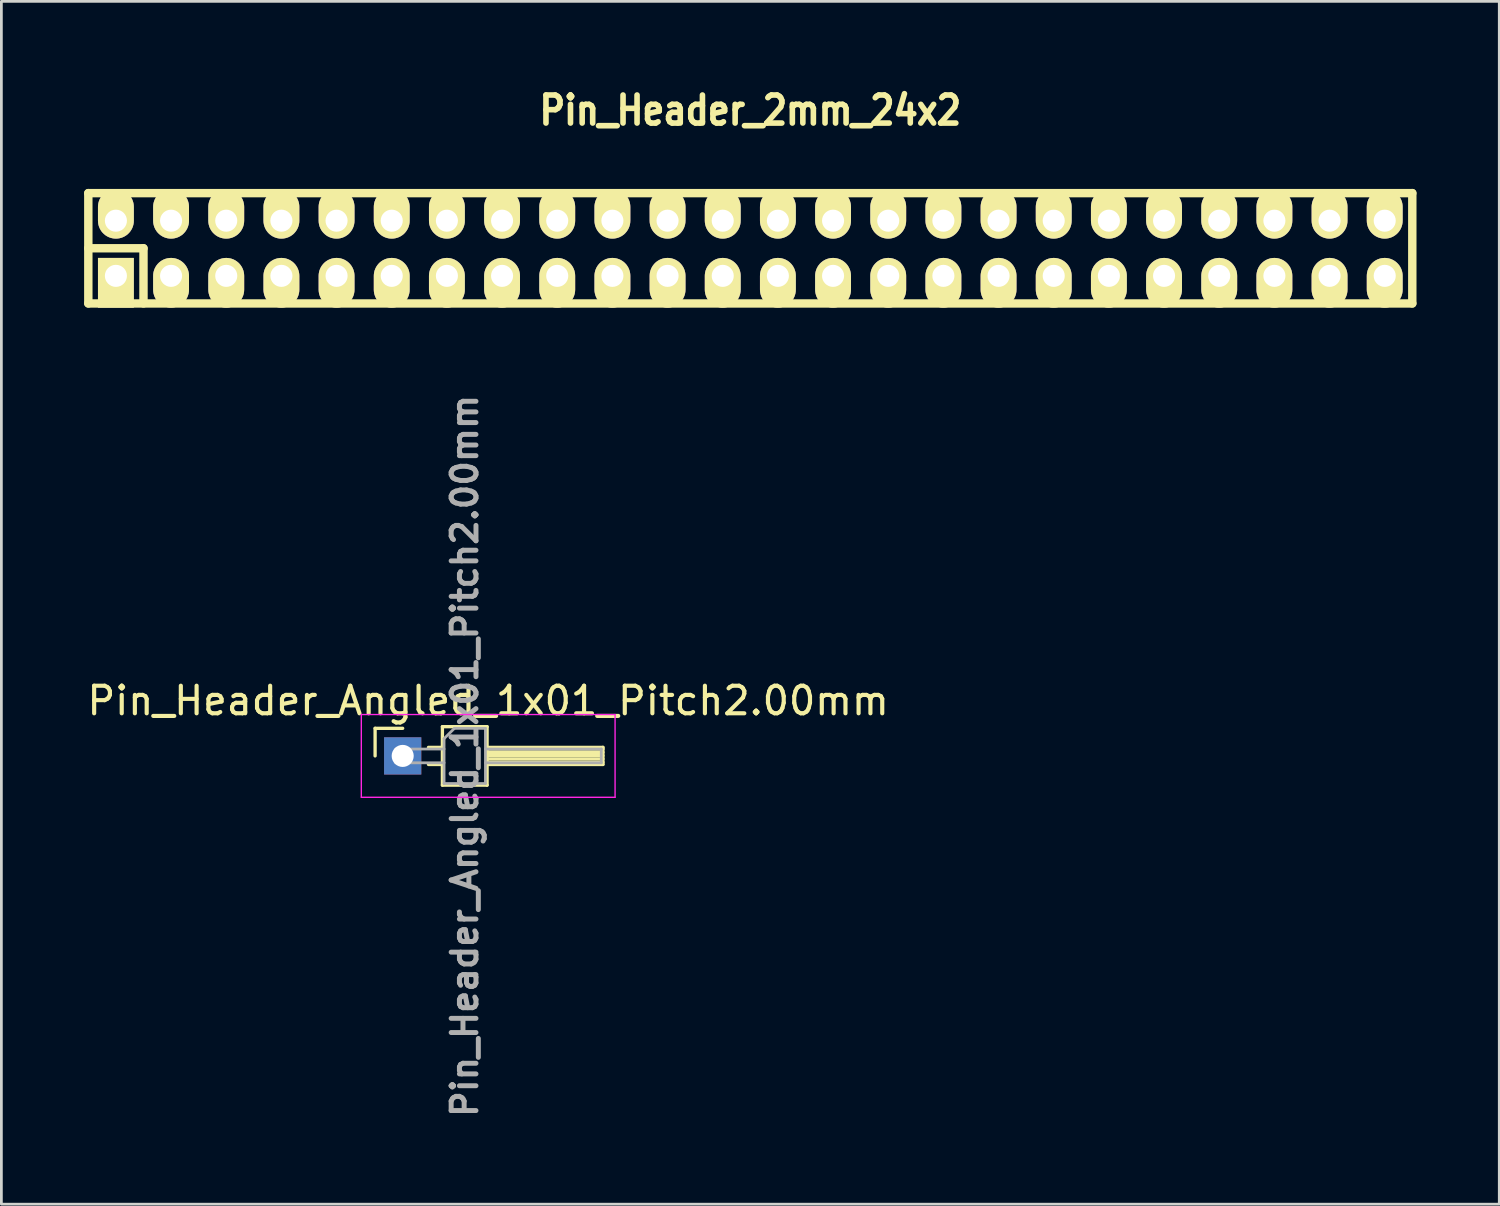
<source format=kicad_pcb>
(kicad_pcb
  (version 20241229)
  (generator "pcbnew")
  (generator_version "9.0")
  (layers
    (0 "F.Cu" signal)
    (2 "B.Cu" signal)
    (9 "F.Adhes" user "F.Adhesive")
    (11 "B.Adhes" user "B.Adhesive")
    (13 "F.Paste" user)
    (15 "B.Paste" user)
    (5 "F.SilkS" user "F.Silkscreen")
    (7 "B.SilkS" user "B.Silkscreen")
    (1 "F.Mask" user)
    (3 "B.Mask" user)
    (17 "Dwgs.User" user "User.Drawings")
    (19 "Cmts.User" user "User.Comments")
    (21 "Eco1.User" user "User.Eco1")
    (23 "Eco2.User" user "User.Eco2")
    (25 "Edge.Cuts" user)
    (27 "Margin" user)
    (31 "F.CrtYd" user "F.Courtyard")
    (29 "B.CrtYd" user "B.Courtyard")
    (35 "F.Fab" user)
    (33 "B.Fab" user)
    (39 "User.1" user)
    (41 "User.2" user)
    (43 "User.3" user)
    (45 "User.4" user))
  (footprint "Pin_Header_2mm_24x2"
    (layer "F.Cu")
    (at 24.152 5.951)
    (property "Reference" "Pin_Header_2mm_24x2" (at 0 -5 0) (layer "F.SilkS") (effects (font (size 1.016 0.889) (thickness 0.203))))
    (attr through_hole)
    (fp_line (start -24 -2) (end 24 -2) (stroke (width 0.305) (type solid)) (layer "F.SilkS"))
    (fp_line (start -24 0) (end -22 0) (stroke (width 0.305) (type solid)) (layer "F.SilkS"))
    (fp_line (start -24 2) (end -24 -2) (stroke (width 0.305) (type solid)) (layer "F.SilkS"))
    (fp_line (start -22 0) (end -22 2) (stroke (width 0.305) (type solid)) (layer "F.SilkS"))
    (fp_line (start 24 -2) (end 24 2) (stroke (width 0.305) (type solid)) (layer "F.SilkS"))
    (fp_line (start 24 2) (end -24 2) (stroke (width 0.305) (type solid)) (layer "F.SilkS"))
    (pad "1" thru_hole rect (at -23 1) (size 1.3 1.8) (drill 0.8 (offset 0 0.25)) (layers "*.Cu" "*.Mask" "F.SilkS"))
    (pad "2" thru_hole oval (at -23 -1) (size 1.3 1.8) (drill 0.8 (offset 0 -0.25)) (layers "*.Cu" "*.Mask" "F.SilkS"))
    (pad "3" thru_hole oval (at -21 1) (size 1.3 1.8) (drill 0.8 (offset 0 0.25)) (layers "*.Cu" "*.Mask" "F.SilkS"))
    (pad "4" thru_hole oval (at -21 -1) (size 1.3 1.8) (drill 0.8 (offset 0 -0.25)) (layers "*.Cu" "*.Mask" "F.SilkS"))
    (pad "5" thru_hole oval (at -19 1) (size 1.3 1.8) (drill 0.8 (offset 0 0.25)) (layers "*.Cu" "*.Mask" "F.SilkS"))
    (pad "6" thru_hole oval (at -19 -1) (size 1.3 1.8) (drill 0.8 (offset 0 -0.25)) (layers "*.Cu" "*.Mask" "F.SilkS"))
    (pad "7" thru_hole oval (at -17 1) (size 1.3 1.8) (drill 0.8 (offset 0 0.25)) (layers "*.Cu" "*.Mask" "F.SilkS"))
    (pad "8" thru_hole oval (at -17 -1) (size 1.3 1.8) (drill 0.8 (offset 0 -0.25)) (layers "*.Cu" "*.Mask" "F.SilkS"))
    (pad "9" thru_hole oval (at -15 1) (size 1.3 1.8) (drill 0.8 (offset 0 0.25)) (layers "*.Cu" "*.Mask" "F.SilkS"))
    (pad "10" thru_hole oval (at -15 -1) (size 1.3 1.8) (drill 0.8 (offset 0 -0.25)) (layers "*.Cu" "*.Mask" "F.SilkS"))
    (pad "11" thru_hole oval (at -13 1) (size 1.3 1.8) (drill 0.8 (offset 0 0.25)) (layers "*.Cu" "*.Mask" "F.SilkS"))
    (pad "12" thru_hole oval (at -13 -1) (size 1.3 1.8) (drill 0.8 (offset 0 -0.25)) (layers "*.Cu" "*.Mask" "F.SilkS"))
    (pad "13" thru_hole oval (at -11 1) (size 1.3 1.8) (drill 0.8 (offset 0 0.25)) (layers "*.Cu" "*.Mask" "F.SilkS"))
    (pad "14" thru_hole oval (at -11 -1) (size 1.3 1.8) (drill 0.8 (offset 0 -0.25)) (layers "*.Cu" "*.Mask" "F.SilkS"))
    (pad "15" thru_hole oval (at -9 1) (size 1.3 1.8) (drill 0.8 (offset 0 0.25)) (layers "*.Cu" "*.Mask" "F.SilkS"))
    (pad "16" thru_hole oval (at -9 -1) (size 1.3 1.8) (drill 0.8 (offset 0 -0.25)) (layers "*.Cu" "*.Mask" "F.SilkS"))
    (pad "17" thru_hole oval (at -7 1) (size 1.3 1.8) (drill 0.8 (offset 0 0.25)) (layers "*.Cu" "*.Mask" "F.SilkS"))
    (pad "18" thru_hole oval (at -7 -1) (size 1.3 1.8) (drill 0.8 (offset 0 -0.25)) (layers "*.Cu" "*.Mask" "F.SilkS"))
    (pad "19" thru_hole oval (at -5 1) (size 1.3 1.8) (drill 0.8 (offset 0 0.25)) (layers "*.Cu" "*.Mask" "F.SilkS"))
    (pad "20" thru_hole oval (at -5 -1) (size 1.3 1.8) (drill 0.8 (offset 0 -0.25)) (layers "*.Cu" "*.Mask" "F.SilkS"))
    (pad "21" thru_hole oval (at -3 1) (size 1.3 1.8) (drill 0.8 (offset 0 0.25)) (layers "*.Cu" "*.Mask" "F.SilkS"))
    (pad "22" thru_hole oval (at -3 -1) (size 1.3 1.8) (drill 0.8 (offset 0 -0.25)) (layers "*.Cu" "*.Mask" "F.SilkS"))
    (pad "23" thru_hole oval (at -1 1) (size 1.3 1.8) (drill 0.8 (offset 0 0.25)) (layers "*.Cu" "*.Mask" "F.SilkS"))
    (pad "24" thru_hole oval (at -1 -1) (size 1.3 1.8) (drill 0.8 (offset 0 -0.25)) (layers "*.Cu" "*.Mask" "F.SilkS"))
    (pad "25" thru_hole oval (at 1 1) (size 1.3 1.8) (drill 0.8 (offset 0 0.25)) (layers "*.Cu" "*.Mask" "F.SilkS"))
    (pad "26" thru_hole oval (at 1 -1) (size 1.3 1.8) (drill 0.8 (offset 0 -0.25)) (layers "*.Cu" "*.Mask" "F.SilkS"))
    (pad "27" thru_hole oval (at 3 1) (size 1.3 1.8) (drill 0.8 (offset 0 0.25)) (layers "*.Cu" "*.Mask" "F.SilkS"))
    (pad "28" thru_hole oval (at 3 -1) (size 1.3 1.8) (drill 0.8 (offset 0 -0.25)) (layers "*.Cu" "*.Mask" "F.SilkS"))
    (pad "29" thru_hole oval (at 5 1) (size 1.3 1.8) (drill 0.8 (offset 0 0.25)) (layers "*.Cu" "*.Mask" "F.SilkS"))
    (pad "30" thru_hole oval (at 5 -1) (size 1.3 1.8) (drill 0.8 (offset 0 -0.25)) (layers "*.Cu" "*.Mask" "F.SilkS"))
    (pad "31" thru_hole oval (at 7 1) (size 1.3 1.8) (drill 0.8 (offset 0 0.25)) (layers "*.Cu" "*.Mask" "F.SilkS"))
    (pad "32" thru_hole oval (at 7 -1) (size 1.3 1.8) (drill 0.8 (offset 0 -0.25)) (layers "*.Cu" "*.Mask" "F.SilkS"))
    (pad "33" thru_hole oval (at 9 1) (size 1.3 1.8) (drill 0.8 (offset 0 0.25)) (layers "*.Cu" "*.Mask" "F.SilkS"))
    (pad "34" thru_hole oval (at 9 -1) (size 1.3 1.8) (drill 0.8 (offset 0 -0.25)) (layers "*.Cu" "*.Mask" "F.SilkS"))
    (pad "35" thru_hole oval (at 11 1) (size 1.3 1.8) (drill 0.8 (offset 0 0.25)) (layers "*.Cu" "*.Mask" "F.SilkS"))
    (pad "36" thru_hole oval (at 11 -1) (size 1.3 1.8) (drill 0.8 (offset 0 -0.25)) (layers "*.Cu" "*.Mask" "F.SilkS"))
    (pad "37" thru_hole oval (at 13 1) (size 1.3 1.8) (drill 0.8 (offset 0 0.25)) (layers "*.Cu" "*.Mask" "F.SilkS"))
    (pad "38" thru_hole oval (at 13 -1) (size 1.3 1.8) (drill 0.8 (offset 0 -0.25)) (layers "*.Cu" "*.Mask" "F.SilkS"))
    (pad "39" thru_hole oval (at 15 1) (size 1.3 1.8) (drill 0.8 (offset 0 0.25)) (layers "*.Cu" "*.Mask" "F.SilkS"))
    (pad "40" thru_hole oval (at 15 -1) (size 1.3 1.8) (drill 0.8 (offset 0 -0.25)) (layers "*.Cu" "*.Mask" "F.SilkS"))
    (pad "41" thru_hole oval (at 17 1) (size 1.3 1.8) (drill 0.8 (offset 0 0.25)) (layers "*.Cu" "*.Mask" "F.SilkS"))
    (pad "42" thru_hole oval (at 17 -1) (size 1.3 1.8) (drill 0.8 (offset 0 -0.25)) (layers "*.Cu" "*.Mask" "F.SilkS"))
    (pad "43" thru_hole oval (at 19 1) (size 1.3 1.8) (drill 0.8 (offset 0 0.25)) (layers "*.Cu" "*.Mask" "F.SilkS"))
    (pad "44" thru_hole oval (at 19 -1) (size 1.3 1.8) (drill 0.8 (offset 0 -0.25)) (layers "*.Cu" "*.Mask" "F.SilkS"))
    (pad "45" thru_hole oval (at 21 1) (size 1.3 1.8) (drill 0.8 (offset 0 0.25)) (layers "*.Cu" "*.Mask" "F.SilkS"))
    (pad "46" thru_hole oval (at 21 -1) (size 1.3 1.8) (drill 0.8 (offset 0 -0.25)) (layers "*.Cu" "*.Mask" "F.SilkS"))
    (pad "47" thru_hole oval (at 23 1) (size 1.3 1.8) (drill 0.8 (offset 0 0.25)) (layers "*.Cu" "*.Mask" "F.SilkS"))
    (pad "48" thru_hole oval (at 23 -1) (size 1.3 1.8) (drill 0.8 (offset 0 -0.25)) (layers "*.Cu" "*.Mask" "F.SilkS")))
  (footprint "Pin_Header_Angled_1x01_Pitch2.00mm"
    (layer "F.Cu")
    (at 11.549 24.355)
    (property "Reference" "Pin_Header_Angled_1x01_Pitch2.00mm" (at 3.1 -2 0) (layer "F.SilkS") (effects (font (size 1 1) (thickness 0.15))))
    (attr through_hole)
    (fp_line (start -1 -1) (end 0 -1) (stroke (width 0.12) (type solid)) (layer "F.SilkS"))
    (fp_line (start -1 0) (end -1 -1) (stroke (width 0.12) (type solid)) (layer "F.SilkS"))
    (fp_line (start 0.935 -0.31) (end 1.44 -0.31) (stroke (width 0.12) (type solid)) (layer "F.SilkS"))
    (fp_line (start 0.935 0.31) (end 1.44 0.31) (stroke (width 0.12) (type solid)) (layer "F.SilkS"))
    (fp_line (start 1.44 -1.06) (end 1.44 1.06) (stroke (width 0.12) (type solid)) (layer "F.SilkS"))
    (fp_line (start 1.44 1.06) (end 3.06 1.06) (stroke (width 0.12) (type solid)) (layer "F.SilkS"))
    (fp_line (start 3.06 -1.06) (end 1.44 -1.06) (stroke (width 0.12) (type solid)) (layer "F.SilkS"))
    (fp_line (start 3.06 -0.31) (end 7.26 -0.31) (stroke (width 0.12) (type solid)) (layer "F.SilkS"))
    (fp_line (start 3.06 -0.25) (end 7.26 -0.25) (stroke (width 0.12) (type solid)) (layer "F.SilkS"))
    (fp_line (start 3.06 -0.13) (end 7.26 -0.13) (stroke (width 0.12) (type solid)) (layer "F.SilkS"))
    (fp_line (start 3.06 -0.01) (end 7.26 -0.01) (stroke (width 0.12) (type solid)) (layer "F.SilkS"))
    (fp_line (start 3.06 0.11) (end 7.26 0.11) (stroke (width 0.12) (type solid)) (layer "F.SilkS"))
    (fp_line (start 3.06 0.23) (end 7.26 0.23) (stroke (width 0.12) (type solid)) (layer "F.SilkS"))
    (fp_line (start 3.06 1.06) (end 3.06 -1.06) (stroke (width 0.12) (type solid)) (layer "F.SilkS"))
    (fp_line (start 7.26 -0.31) (end 7.26 0.31) (stroke (width 0.12) (type solid)) (layer "F.SilkS"))
    (fp_line (start 7.26 0.31) (end 3.06 0.31) (stroke (width 0.12) (type solid)) (layer "F.SilkS"))
    (fp_line (start -1.5 -1.5) (end -1.5 1.5) (stroke (width 0.05) (type solid)) (layer "F.CrtYd"))
    (fp_line (start -1.5 1.5) (end 7.7 1.5) (stroke (width 0.05) (type solid)) (layer "F.CrtYd"))
    (fp_line (start 7.7 -1.5) (end -1.5 -1.5) (stroke (width 0.05) (type solid)) (layer "F.CrtYd"))
    (fp_line (start 7.7 1.5) (end 7.7 -1.5) (stroke (width 0.05) (type solid)) (layer "F.CrtYd"))
    (fp_line (start -0.25 -0.25) (end -0.25 0.25) (stroke (width 0.1) (type solid)) (layer "F.Fab"))
    (fp_line (start -0.25 -0.25) (end 1.5 -0.25) (stroke (width 0.1) (type solid)) (layer "F.Fab"))
    (fp_line (start -0.25 0.25) (end 1.5 0.25) (stroke (width 0.1) (type solid)) (layer "F.Fab"))
    (fp_line (start 1.5 -0.625) (end 1.875 -1) (stroke (width 0.1) (type solid)) (layer "F.Fab"))
    (fp_line (start 1.5 1) (end 1.5 -0.625) (stroke (width 0.1) (type solid)) (layer "F.Fab"))
    (fp_line (start 1.875 -1) (end 3 -1) (stroke (width 0.1) (type solid)) (layer "F.Fab"))
    (fp_line (start 3 -1) (end 3 1) (stroke (width 0.1) (type solid)) (layer "F.Fab"))
    (fp_line (start 3 -0.25) (end 7.2 -0.25) (stroke (width 0.1) (type solid)) (layer "F.Fab"))
    (fp_line (start 3 0.25) (end 7.2 0.25) (stroke (width 0.1) (type solid)) (layer "F.Fab"))
    (fp_line (start 3 1) (end 1.5 1) (stroke (width 0.1) (type solid)) (layer "F.Fab"))
    (fp_line (start 7.2 -0.25) (end 7.2 0.25) (stroke (width 0.1) (type solid)) (layer "F.Fab"))
    (fp_text user "${REFERENCE}" (at 2.25 0 90) (layer "F.Fab") (effects (font (size 0.9 0.9) (thickness 0.18))))
    (pad "1" thru_hole rect (at 0 0) (size 1.35 1.35) (drill 0.8) (layers "*.Cu" "*.Mask")))
  (gr_rect
    (start -3 -3)
    (end 51.305 40.606)
    (stroke (width 0.1) (type default))
    (fill no)
    (layer "Edge.Cuts")))
</source>
